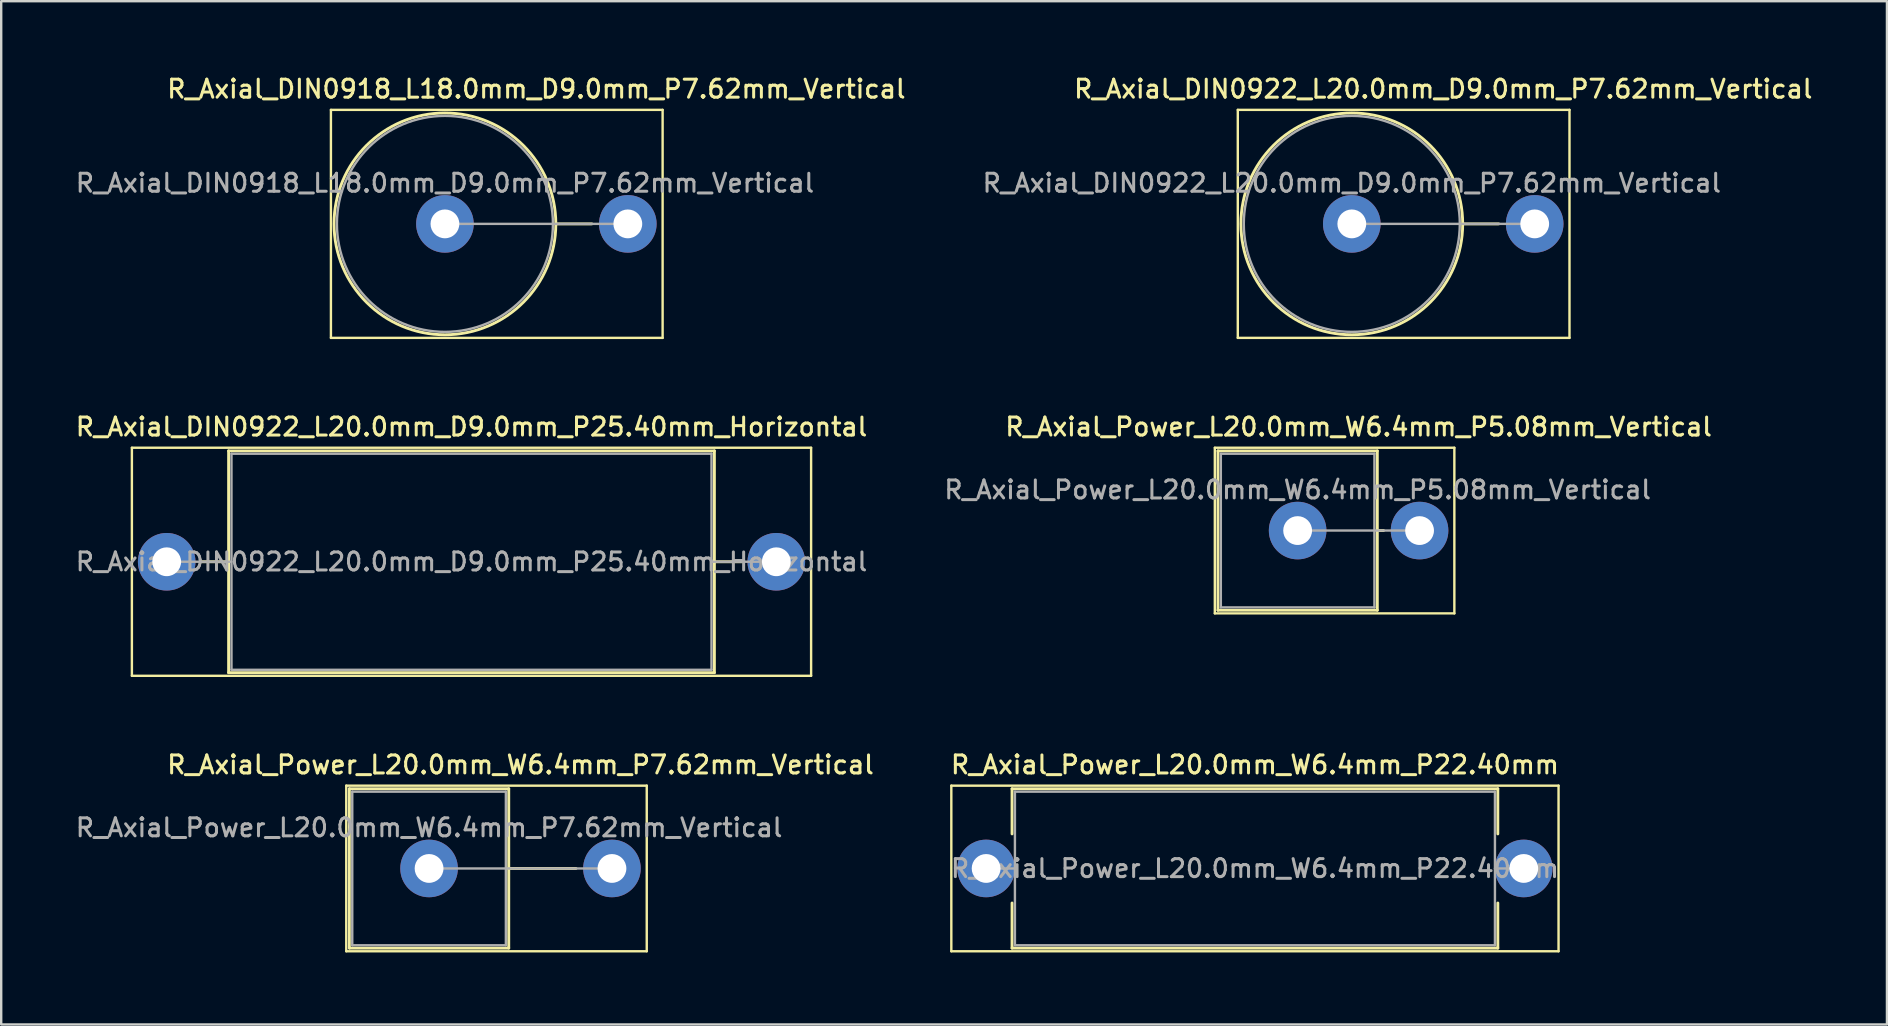
<source format=kicad_pcb>
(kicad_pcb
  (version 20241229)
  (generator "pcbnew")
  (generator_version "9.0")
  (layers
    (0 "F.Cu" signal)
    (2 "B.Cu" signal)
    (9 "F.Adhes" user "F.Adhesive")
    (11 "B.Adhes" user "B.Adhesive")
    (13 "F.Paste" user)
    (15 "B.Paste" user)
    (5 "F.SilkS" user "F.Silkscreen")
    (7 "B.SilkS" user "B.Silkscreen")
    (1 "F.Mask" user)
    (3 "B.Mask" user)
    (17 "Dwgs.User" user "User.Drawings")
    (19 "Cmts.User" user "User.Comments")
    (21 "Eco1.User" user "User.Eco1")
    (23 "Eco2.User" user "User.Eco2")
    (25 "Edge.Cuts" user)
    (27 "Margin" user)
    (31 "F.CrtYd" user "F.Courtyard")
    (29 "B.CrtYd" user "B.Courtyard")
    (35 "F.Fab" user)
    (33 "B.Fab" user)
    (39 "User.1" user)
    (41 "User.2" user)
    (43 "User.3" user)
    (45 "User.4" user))
  (footprint "R_Axial_DIN0918_L18.0mm_D9.0mm_P7.62mm_Vertical"
    (layer "F.Cu")
    (at 15.488 6.278)
    (property "Reference" "R_Axial_DIN0918_L18.0mm_D9.0mm_P7.62mm_Vertical" (at 3.81 -5.62 0) (layer "F.SilkS") (effects (font (size 0.75 0.75) (thickness 0.125))))
    (attr through_hole)
    (fp_line (start -4.75 -4.75) (end -4.75 4.75) (stroke (width 0.1) (type solid)) (layer "F.SilkS"))
    (fp_line (start -4.75 4.75) (end 9.07 4.75) (stroke (width 0.1) (type solid)) (layer "F.SilkS"))
    (fp_line (start 4.62 0) (end 6.12 0) (stroke (width 0.12) (type solid)) (layer "F.SilkS"))
    (fp_line (start 9.07 -4.75) (end -4.75 -4.75) (stroke (width 0.1) (type solid)) (layer "F.SilkS"))
    (fp_line (start 9.07 4.75) (end 9.07 -4.75) (stroke (width 0.1) (type solid)) (layer "F.SilkS"))
    (fp_circle (center 0 0) (end 4.62 0) (stroke (width 0.12) (type solid)) (fill no) (layer "F.SilkS"))
    (fp_line (start 0 0) (end 7.62 0) (stroke (width 0.1) (type solid)) (layer "F.Fab"))
    (fp_circle (center 0 0) (end 4.5 0) (stroke (width 0.1) (type solid)) (fill no) (layer "F.Fab"))
    (fp_text user "${REFERENCE}" (at 0 -1.7 0) (layer "F.Fab") (effects (font (size 0.75 0.75) (thickness 0.125))))
    (pad "1" thru_hole circle (at 0 0) (size 2.4 2.4) (drill 1.2) (layers "*.Cu" "*.Mask"))
    (pad "2" thru_hole oval (at 7.62 0) (size 2.4 2.4) (drill 1.2) (layers "*.Cu" "*.Mask")))
  (footprint "R_Axial_Power_L20.0mm_W6.4mm_P22.40mm"
    (layer "F.Cu")
    (at 38.037 33.134)
    (property "Reference" "R_Axial_Power_L20.0mm_W6.4mm_P22.40mm" (at 11.2 -4.32 0) (layer "F.SilkS") (effects (font (size 0.75 0.75) (thickness 0.125))))
    (attr through_hole)
    (fp_line (start -1.45 -3.45) (end -1.45 3.45) (stroke (width 0.1) (type solid)) (layer "F.SilkS"))
    (fp_line (start -1.45 3.45) (end 23.85 3.45) (stroke (width 0.1) (type solid)) (layer "F.SilkS"))
    (fp_line (start 1.08 -3.32) (end 21.32 -3.32) (stroke (width 0.12) (type solid)) (layer "F.SilkS"))
    (fp_line (start 1.08 -1.44) (end 1.08 -3.32) (stroke (width 0.12) (type solid)) (layer "F.SilkS"))
    (fp_line (start 1.08 1.44) (end 1.08 3.32) (stroke (width 0.12) (type solid)) (layer "F.SilkS"))
    (fp_line (start 1.08 3.32) (end 21.32 3.32) (stroke (width 0.12) (type solid)) (layer "F.SilkS"))
    (fp_line (start 21.32 -3.32) (end 21.32 -1.44) (stroke (width 0.12) (type solid)) (layer "F.SilkS"))
    (fp_line (start 21.32 3.32) (end 21.32 1.44) (stroke (width 0.12) (type solid)) (layer "F.SilkS"))
    (fp_line (start 23.85 -3.45) (end -1.45 -3.45) (stroke (width 0.1) (type solid)) (layer "F.SilkS"))
    (fp_line (start 23.85 3.45) (end 23.85 -3.45) (stroke (width 0.1) (type solid)) (layer "F.SilkS"))
    (fp_line (start 0 0) (end 1.2 0) (stroke (width 0.1) (type solid)) (layer "F.Fab"))
    (fp_line (start 1.2 -3.2) (end 1.2 3.2) (stroke (width 0.1) (type solid)) (layer "F.Fab"))
    (fp_line (start 1.2 3.2) (end 21.2 3.2) (stroke (width 0.1) (type solid)) (layer "F.Fab"))
    (fp_line (start 21.2 -3.2) (end 1.2 -3.2) (stroke (width 0.1) (type solid)) (layer "F.Fab"))
    (fp_line (start 21.2 3.2) (end 21.2 -3.2) (stroke (width 0.1) (type solid)) (layer "F.Fab"))
    (fp_line (start 22.4 0) (end 21.2 0) (stroke (width 0.1) (type solid)) (layer "F.Fab"))
    (fp_text user "${REFERENCE}" (at 11.2 0 0) (layer "F.Fab") (effects (font (size 0.75 0.75) (thickness 0.125))))
    (pad "1" thru_hole circle (at 0 0) (size 2.4 2.4) (drill 1.2) (layers "*.Cu" "*.Mask"))
    (pad "2" thru_hole oval (at 22.4 0) (size 2.4 2.4) (drill 1.2) (layers "*.Cu" "*.Mask")))
  (footprint "R_Axial_Power_L20.0mm_W6.4mm_P7.62mm_Vertical"
    (layer "F.Cu")
    (at 14.827 33.134)
    (property "Reference" "R_Axial_Power_L20.0mm_W6.4mm_P7.62mm_Vertical" (at 3.81 -4.32 0) (layer "F.SilkS") (effects (font (size 0.75 0.75) (thickness 0.125))))
    (attr through_hole)
    (fp_line (start -3.45 -3.45) (end -3.45 3.45) (stroke (width 0.1) (type solid)) (layer "F.SilkS"))
    (fp_line (start -3.45 3.45) (end 9.07 3.45) (stroke (width 0.1) (type solid)) (layer "F.SilkS"))
    (fp_line (start -3.32 -3.32) (end -3.32 3.32) (stroke (width 0.12) (type solid)) (layer "F.SilkS"))
    (fp_line (start -3.32 3.32) (end 3.32 3.32) (stroke (width 0.12) (type solid)) (layer "F.SilkS"))
    (fp_line (start 3.32 -3.32) (end -3.32 -3.32) (stroke (width 0.12) (type solid)) (layer "F.SilkS"))
    (fp_line (start 3.32 0) (end 6.12 0) (stroke (width 0.12) (type solid)) (layer "F.SilkS"))
    (fp_line (start 3.32 3.32) (end 3.32 -3.32) (stroke (width 0.12) (type solid)) (layer "F.SilkS"))
    (fp_line (start 9.07 -3.45) (end -3.45 -3.45) (stroke (width 0.1) (type solid)) (layer "F.SilkS"))
    (fp_line (start 9.07 3.45) (end 9.07 -3.45) (stroke (width 0.1) (type solid)) (layer "F.SilkS"))
    (fp_line (start -3.2 -3.2) (end -3.2 3.2) (stroke (width 0.1) (type solid)) (layer "F.Fab"))
    (fp_line (start -3.2 3.2) (end 3.2 3.2) (stroke (width 0.1) (type solid)) (layer "F.Fab"))
    (fp_line (start 0 0) (end 7.62 0) (stroke (width 0.1) (type solid)) (layer "F.Fab"))
    (fp_line (start 3.2 -3.2) (end -3.2 -3.2) (stroke (width 0.1) (type solid)) (layer "F.Fab"))
    (fp_line (start 3.2 3.2) (end 3.2 -3.2) (stroke (width 0.1) (type solid)) (layer "F.Fab"))
    (fp_text user "${REFERENCE}" (at 0 -1.7 0) (layer "F.Fab") (effects (font (size 0.75 0.75) (thickness 0.125))))
    (pad "1" thru_hole circle (at 0 0) (size 2.4 2.4) (drill 1.2) (layers "*.Cu" "*.Mask"))
    (pad "2" thru_hole oval (at 7.62 0) (size 2.4 2.4) (drill 1.2) (layers "*.Cu" "*.Mask")))
  (footprint "R_Axial_DIN0922_L20.0mm_D9.0mm_P25.40mm_Horizontal"
    (layer "F.Cu")
    (at 3.895 20.356)
    (property "Reference" "R_Axial_DIN0922_L20.0mm_D9.0mm_P25.40mm_Horizontal" (at 12.7 -5.62 0) (layer "F.SilkS") (effects (font (size 0.75 0.75) (thickness 0.125))))
    (attr through_hole)
    (fp_line (start -1.45 -4.75) (end -1.45 4.75) (stroke (width 0.1) (type solid)) (layer "F.SilkS"))
    (fp_line (start -1.45 4.75) (end 26.85 4.75) (stroke (width 0.1) (type solid)) (layer "F.SilkS"))
    (fp_line (start 1.44 0) (end 2.58 0) (stroke (width 0.12) (type solid)) (layer "F.SilkS"))
    (fp_line (start 2.58 -4.62) (end 2.58 4.62) (stroke (width 0.12) (type solid)) (layer "F.SilkS"))
    (fp_line (start 2.58 4.62) (end 22.82 4.62) (stroke (width 0.12) (type solid)) (layer "F.SilkS"))
    (fp_line (start 22.82 -4.62) (end 2.58 -4.62) (stroke (width 0.12) (type solid)) (layer "F.SilkS"))
    (fp_line (start 22.82 4.62) (end 22.82 -4.62) (stroke (width 0.12) (type solid)) (layer "F.SilkS"))
    (fp_line (start 23.96 0) (end 22.82 0) (stroke (width 0.12) (type solid)) (layer "F.SilkS"))
    (fp_line (start 26.85 -4.75) (end -1.45 -4.75) (stroke (width 0.1) (type solid)) (layer "F.SilkS"))
    (fp_line (start 26.85 4.75) (end 26.85 -4.75) (stroke (width 0.1) (type solid)) (layer "F.SilkS"))
    (fp_line (start 0 0) (end 2.7 0) (stroke (width 0.1) (type solid)) (layer "F.Fab"))
    (fp_line (start 2.7 -4.5) (end 2.7 4.5) (stroke (width 0.1) (type solid)) (layer "F.Fab"))
    (fp_line (start 2.7 4.5) (end 22.7 4.5) (stroke (width 0.1) (type solid)) (layer "F.Fab"))
    (fp_line (start 22.7 -4.5) (end 2.7 -4.5) (stroke (width 0.1) (type solid)) (layer "F.Fab"))
    (fp_line (start 22.7 4.5) (end 22.7 -4.5) (stroke (width 0.1) (type solid)) (layer "F.Fab"))
    (fp_line (start 25.4 0) (end 22.7 0) (stroke (width 0.1) (type solid)) (layer "F.Fab"))
    (fp_text user "${REFERENCE}" (at 12.7 0 0) (layer "F.Fab") (effects (font (size 0.75 0.75) (thickness 0.125))))
    (pad "1" thru_hole circle (at 0 0) (size 2.4 2.4) (drill 1.2) (layers "*.Cu" "*.Mask"))
    (pad "2" thru_hole oval (at 25.4 0) (size 2.4 2.4) (drill 1.2) (layers "*.Cu" "*.Mask")))
  (footprint "R_Axial_DIN0922_L20.0mm_D9.0mm_P7.62mm_Vertical"
    (layer "F.Cu")
    (at 53.273 6.278)
    (property "Reference" "R_Axial_DIN0922_L20.0mm_D9.0mm_P7.62mm_Vertical" (at 3.81 -5.62 0) (layer "F.SilkS") (effects (font (size 0.75 0.75) (thickness 0.125))))
    (attr through_hole)
    (fp_line (start -4.75 -4.75) (end -4.75 4.75) (stroke (width 0.1) (type solid)) (layer "F.SilkS"))
    (fp_line (start -4.75 4.75) (end 9.07 4.75) (stroke (width 0.1) (type solid)) (layer "F.SilkS"))
    (fp_line (start 4.62 0) (end 6.12 0) (stroke (width 0.12) (type solid)) (layer "F.SilkS"))
    (fp_line (start 9.07 -4.75) (end -4.75 -4.75) (stroke (width 0.1) (type solid)) (layer "F.SilkS"))
    (fp_line (start 9.07 4.75) (end 9.07 -4.75) (stroke (width 0.1) (type solid)) (layer "F.SilkS"))
    (fp_circle (center 0 0) (end 4.62 0) (stroke (width 0.12) (type solid)) (fill no) (layer "F.SilkS"))
    (fp_line (start 0 0) (end 7.62 0) (stroke (width 0.1) (type solid)) (layer "F.Fab"))
    (fp_circle (center 0 0) (end 4.5 0) (stroke (width 0.1) (type solid)) (fill no) (layer "F.Fab"))
    (fp_text user "${REFERENCE}" (at 0 -1.7 0) (layer "F.Fab") (effects (font (size 0.75 0.75) (thickness 0.125))))
    (pad "1" thru_hole circle (at 0 0) (size 2.4 2.4) (drill 1.2) (layers "*.Cu" "*.Mask"))
    (pad "2" thru_hole oval (at 7.62 0) (size 2.4 2.4) (drill 1.2) (layers "*.Cu" "*.Mask")))
  (footprint "R_Axial_Power_L20.0mm_W6.4mm_P5.08mm_Vertical"
    (layer "F.Cu")
    (at 51.016 19.056)
    (property "Reference" "R_Axial_Power_L20.0mm_W6.4mm_P5.08mm_Vertical" (at 2.54 -4.32 0) (layer "F.SilkS") (effects (font (size 0.75 0.75) (thickness 0.125))))
    (attr through_hole)
    (fp_line (start -3.45 -3.45) (end -3.45 3.45) (stroke (width 0.1) (type solid)) (layer "F.SilkS"))
    (fp_line (start -3.45 3.45) (end 6.53 3.45) (stroke (width 0.1) (type solid)) (layer "F.SilkS"))
    (fp_line (start -3.32 -3.32) (end -3.32 3.32) (stroke (width 0.12) (type solid)) (layer "F.SilkS"))
    (fp_line (start -3.32 3.32) (end 3.32 3.32) (stroke (width 0.12) (type solid)) (layer "F.SilkS"))
    (fp_line (start 3.32 -3.32) (end -3.32 -3.32) (stroke (width 0.12) (type solid)) (layer "F.SilkS"))
    (fp_line (start 3.32 0) (end 3.58 0) (stroke (width 0.12) (type solid)) (layer "F.SilkS"))
    (fp_line (start 3.32 3.32) (end 3.32 -3.32) (stroke (width 0.12) (type solid)) (layer "F.SilkS"))
    (fp_line (start 6.53 -3.45) (end -3.45 -3.45) (stroke (width 0.1) (type solid)) (layer "F.SilkS"))
    (fp_line (start 6.53 3.45) (end 6.53 -3.45) (stroke (width 0.1) (type solid)) (layer "F.SilkS"))
    (fp_line (start -3.2 -3.2) (end -3.2 3.2) (stroke (width 0.1) (type solid)) (layer "F.Fab"))
    (fp_line (start -3.2 3.2) (end 3.2 3.2) (stroke (width 0.1) (type solid)) (layer "F.Fab"))
    (fp_line (start 0 0) (end 5.08 0) (stroke (width 0.1) (type solid)) (layer "F.Fab"))
    (fp_line (start 3.2 -3.2) (end -3.2 -3.2) (stroke (width 0.1) (type solid)) (layer "F.Fab"))
    (fp_line (start 3.2 3.2) (end 3.2 -3.2) (stroke (width 0.1) (type solid)) (layer "F.Fab"))
    (fp_text user "${REFERENCE}" (at 0 -1.7 0) (layer "F.Fab") (effects (font (size 0.75 0.75) (thickness 0.125))))
    (pad "1" thru_hole circle (at 0 0) (size 2.4 2.4) (drill 1.2) (layers "*.Cu" "*.Mask"))
    (pad "2" thru_hole oval (at 5.08 0) (size 2.4 2.4) (drill 1.2) (layers "*.Cu" "*.Mask")))
  (gr_rect
    (start -3 -3)
    (end 75.57 39.634)
    (stroke (width 0.1) (type default))
    (fill no)
    (layer "Edge.Cuts")))
</source>
